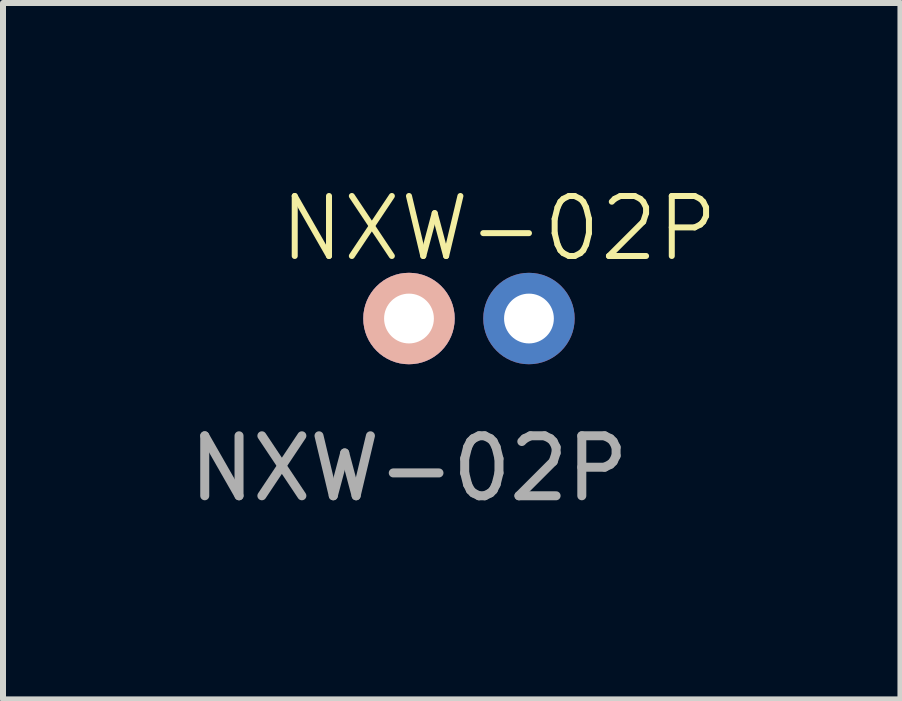
<source format=kicad_pcb>
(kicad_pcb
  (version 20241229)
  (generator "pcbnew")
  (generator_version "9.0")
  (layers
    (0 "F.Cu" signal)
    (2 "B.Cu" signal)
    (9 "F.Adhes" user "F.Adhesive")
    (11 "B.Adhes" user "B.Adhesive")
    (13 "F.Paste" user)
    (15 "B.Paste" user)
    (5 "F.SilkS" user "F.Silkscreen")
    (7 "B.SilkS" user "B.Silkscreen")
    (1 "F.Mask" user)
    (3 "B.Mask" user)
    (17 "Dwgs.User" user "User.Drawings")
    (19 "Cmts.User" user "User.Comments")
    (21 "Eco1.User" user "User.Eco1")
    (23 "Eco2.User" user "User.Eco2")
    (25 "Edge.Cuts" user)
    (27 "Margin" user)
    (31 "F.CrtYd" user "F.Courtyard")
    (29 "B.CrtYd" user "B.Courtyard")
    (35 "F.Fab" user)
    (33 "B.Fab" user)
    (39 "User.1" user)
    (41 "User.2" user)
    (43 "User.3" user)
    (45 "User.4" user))
  (footprint "NXW-02P"
    (layer "F.Cu")
    (at 3.768 2.26)
    (property "Reference" "NXW-02P" (at 1.5 -1.5 0) (unlocked yes) (layer "F.SilkS") (effects (font (size 1 1) (thickness 0.1))))
    (attr through_hole)
    (fp_text user "${REFERENCE}" (at 0 2.5 0) (unlocked yes) (layer "F.Fab") (effects (font (size 1 1) (thickness 0.15))))
    (pad "1" thru_hole circle (at 2 0) (size 1.524 1.524) (drill 0.83) (layers "*.Cu" "*.Mask"))
    (pad "2" thru_hole circle (at 0 0) (size 1.524 1.524) (drill 0.83) (layers "*.Cu" "*.Mask" "B.SilkS"))
    (zone (net_name "") (layer "F.SilkS") (hatch edge 0.5) (connect_pads) (min_thickness 0.25) (filled_areas_thickness no) (keepout (tracks not_allowed) (vias not_allowed) (pads not_allowed) (copperpour allowed) (footprints allowed)) (placement (enabled no)) (fill) (polygon (pts (xy 6.768 1.26) (xy 6.768 3.26) (xy 2.768 3.26) (xy 2.768 1.26)))))
  (gr_rect
    (start -3 -3)
    (end 11.961 8.609)
    (stroke (width 0.1) (type default))
    (fill no)
    (layer "Edge.Cuts")))
</source>
